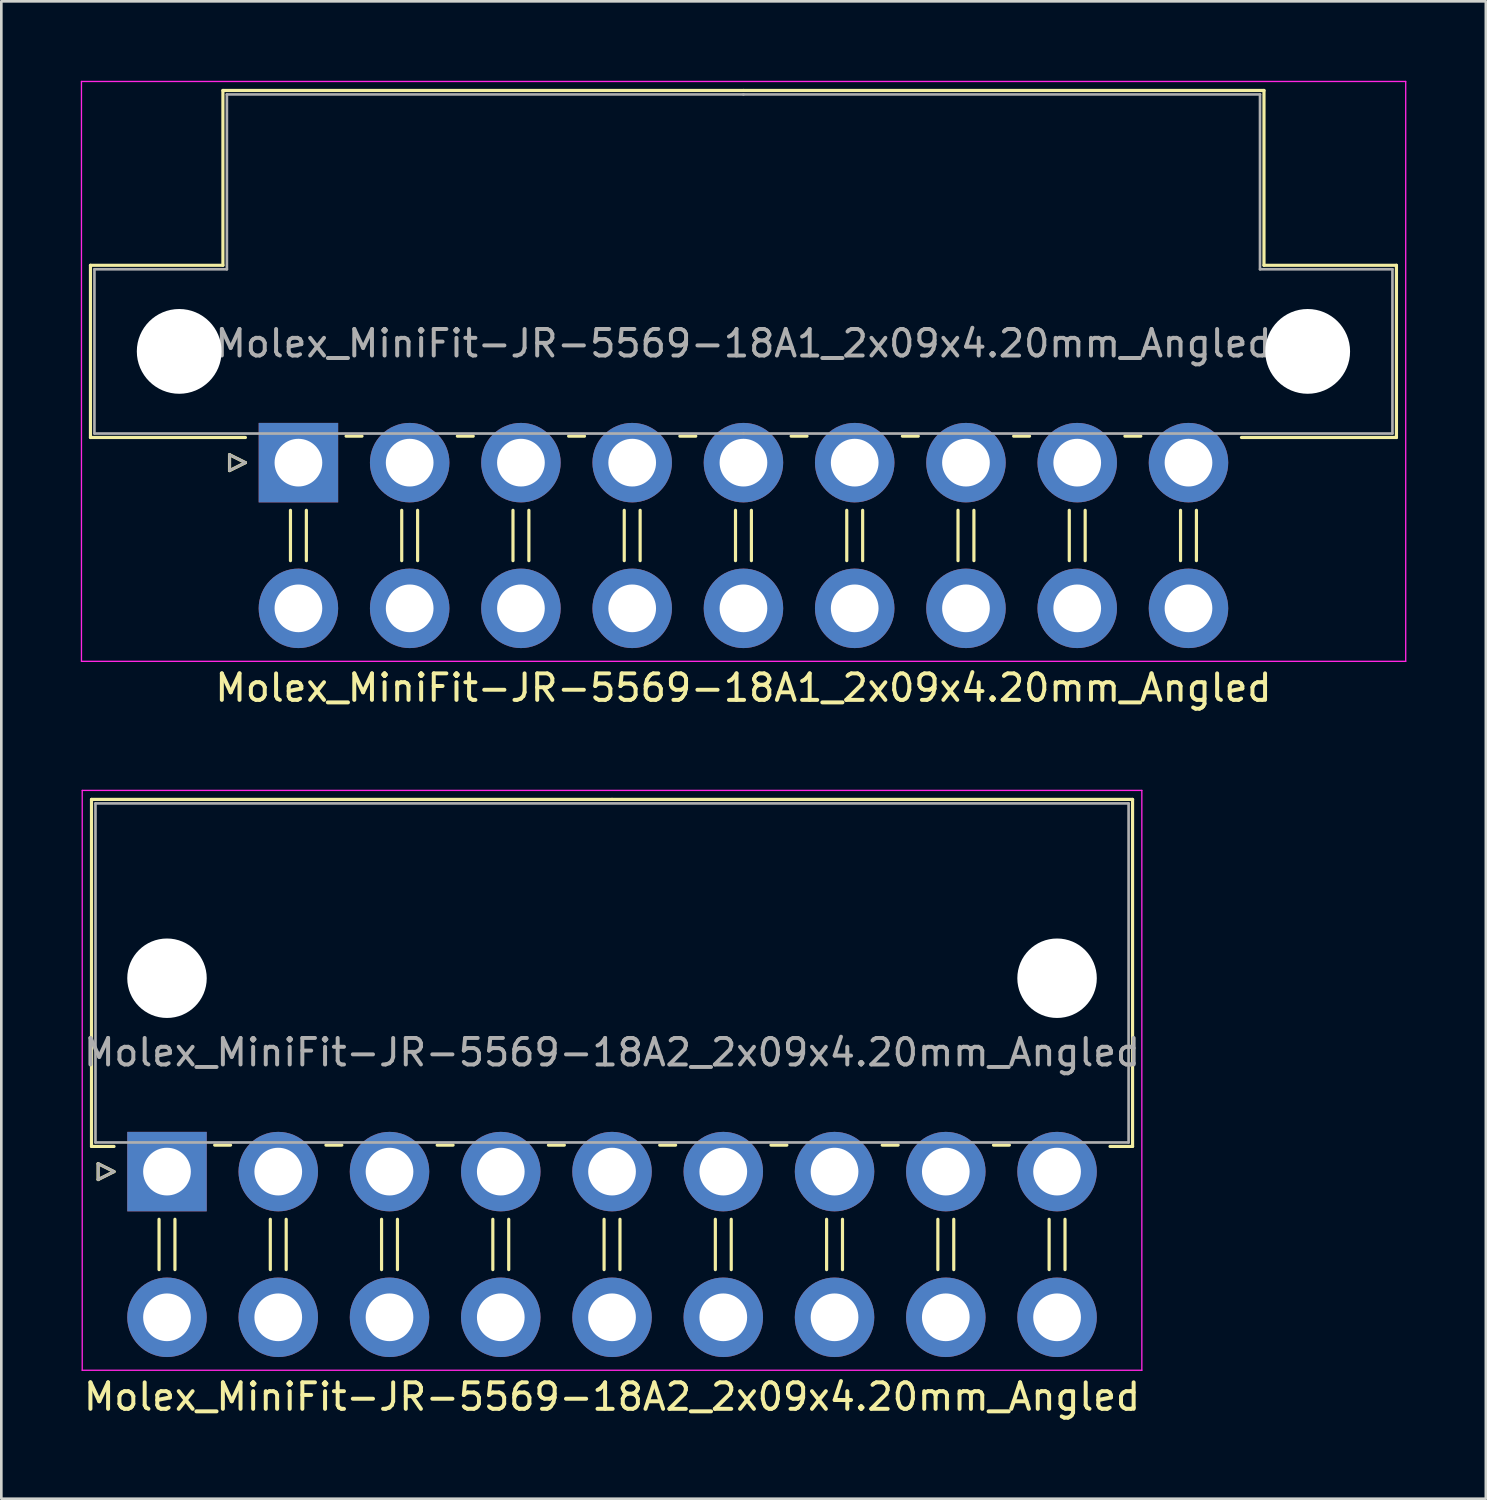
<source format=kicad_pcb>
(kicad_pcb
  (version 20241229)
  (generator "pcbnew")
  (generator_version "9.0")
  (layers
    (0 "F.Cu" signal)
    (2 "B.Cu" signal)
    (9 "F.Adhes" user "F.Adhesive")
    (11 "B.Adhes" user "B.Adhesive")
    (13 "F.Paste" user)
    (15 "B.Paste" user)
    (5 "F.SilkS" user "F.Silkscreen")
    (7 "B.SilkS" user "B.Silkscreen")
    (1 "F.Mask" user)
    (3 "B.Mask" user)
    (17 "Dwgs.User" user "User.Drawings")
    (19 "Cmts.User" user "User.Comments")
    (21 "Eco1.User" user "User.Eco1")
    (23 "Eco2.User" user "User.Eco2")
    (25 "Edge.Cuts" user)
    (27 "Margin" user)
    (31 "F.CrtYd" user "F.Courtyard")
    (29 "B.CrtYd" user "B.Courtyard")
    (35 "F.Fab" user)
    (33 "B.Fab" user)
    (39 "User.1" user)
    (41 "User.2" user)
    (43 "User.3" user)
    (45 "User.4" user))
  (footprint "Molex_MiniFit-JR-5569-18A2_2x09x4.20mm_Angled"
    (layer "F.Cu")
    (at 3.254 41.178)
    (property "Reference" "Molex_MiniFit-JR-5569-18A2_2x09x4.20mm_Angled" (at 16.8 8.5 0) (layer "F.SilkS") (effects (font (size 1 1) (thickness 0.15))))
    (attr through_hole)
    (fp_line (start -2.85 -14.05) (end 16.8 -14.05) (stroke (width 0.12) (type solid)) (layer "F.SilkS"))
    (fp_line (start -2.85 -0.95) (end -2.85 -14.05) (stroke (width 0.12) (type solid)) (layer "F.SilkS"))
    (fp_line (start -2.6 -0.3) (end -2 0) (stroke (width 0.12) (type solid)) (layer "F.SilkS"))
    (fp_line (start -2.6 0.3) (end -2.6 -0.3) (stroke (width 0.12) (type solid)) (layer "F.SilkS"))
    (fp_line (start -2 -0.95) (end -2.85 -0.95) (stroke (width 0.12) (type solid)) (layer "F.SilkS"))
    (fp_line (start -2 0) (end -2.6 0.3) (stroke (width 0.12) (type solid)) (layer "F.SilkS"))
    (fp_line (start -0.3 1.8) (end -0.3 3.7) (stroke (width 0.12) (type solid)) (layer "F.SilkS"))
    (fp_line (start 0.3 1.8) (end 0.3 3.7) (stroke (width 0.12) (type solid)) (layer "F.SilkS"))
    (fp_line (start 1.8 -1) (end 2.4 -1) (stroke (width 0.12) (type solid)) (layer "F.SilkS"))
    (fp_line (start 3.9 1.8) (end 3.9 3.7) (stroke (width 0.12) (type solid)) (layer "F.SilkS"))
    (fp_line (start 4.5 1.8) (end 4.5 3.7) (stroke (width 0.12) (type solid)) (layer "F.SilkS"))
    (fp_line (start 6 -1) (end 6.6 -1) (stroke (width 0.12) (type solid)) (layer "F.SilkS"))
    (fp_line (start 8.1 1.8) (end 8.1 3.7) (stroke (width 0.12) (type solid)) (layer "F.SilkS"))
    (fp_line (start 8.7 1.8) (end 8.7 3.7) (stroke (width 0.12) (type solid)) (layer "F.SilkS"))
    (fp_line (start 10.2 -1) (end 10.8 -1) (stroke (width 0.12) (type solid)) (layer "F.SilkS"))
    (fp_line (start 12.3 1.8) (end 12.3 3.7) (stroke (width 0.12) (type solid)) (layer "F.SilkS"))
    (fp_line (start 12.9 1.8) (end 12.9 3.7) (stroke (width 0.12) (type solid)) (layer "F.SilkS"))
    (fp_line (start 14.4 -1) (end 15 -1) (stroke (width 0.12) (type solid)) (layer "F.SilkS"))
    (fp_line (start 16.5 1.8) (end 16.5 3.7) (stroke (width 0.12) (type solid)) (layer "F.SilkS"))
    (fp_line (start 17.1 1.8) (end 17.1 3.7) (stroke (width 0.12) (type solid)) (layer "F.SilkS"))
    (fp_line (start 18.6 -1) (end 19.2 -1) (stroke (width 0.12) (type solid)) (layer "F.SilkS"))
    (fp_line (start 20.7 1.8) (end 20.7 3.7) (stroke (width 0.12) (type solid)) (layer "F.SilkS"))
    (fp_line (start 21.3 1.8) (end 21.3 3.7) (stroke (width 0.12) (type solid)) (layer "F.SilkS"))
    (fp_line (start 22.8 -1) (end 23.4 -1) (stroke (width 0.12) (type solid)) (layer "F.SilkS"))
    (fp_line (start 24.9 1.8) (end 24.9 3.7) (stroke (width 0.12) (type solid)) (layer "F.SilkS"))
    (fp_line (start 25.5 1.8) (end 25.5 3.7) (stroke (width 0.12) (type solid)) (layer "F.SilkS"))
    (fp_line (start 27 -1) (end 27.6 -1) (stroke (width 0.12) (type solid)) (layer "F.SilkS"))
    (fp_line (start 29.1 1.8) (end 29.1 3.7) (stroke (width 0.12) (type solid)) (layer "F.SilkS"))
    (fp_line (start 29.7 1.8) (end 29.7 3.7) (stroke (width 0.12) (type solid)) (layer "F.SilkS"))
    (fp_line (start 31.2 -1) (end 31.8 -1) (stroke (width 0.12) (type solid)) (layer "F.SilkS"))
    (fp_line (start 33.3 1.8) (end 33.3 3.7) (stroke (width 0.12) (type solid)) (layer "F.SilkS"))
    (fp_line (start 33.9 1.8) (end 33.9 3.7) (stroke (width 0.12) (type solid)) (layer "F.SilkS"))
    (fp_line (start 35.6 -0.95) (end 36.45 -0.95) (stroke (width 0.12) (type solid)) (layer "F.SilkS"))
    (fp_line (start 36.45 -14.05) (end 16.8 -14.05) (stroke (width 0.12) (type solid)) (layer "F.SilkS"))
    (fp_line (start 36.45 -0.95) (end 36.45 -14.05) (stroke (width 0.12) (type solid)) (layer "F.SilkS"))
    (fp_line (start -3.2 -14.39) (end -3.2 7.5) (stroke (width 0.05) (type solid)) (layer "F.CrtYd"))
    (fp_line (start -3.2 7.5) (end 36.8 7.5) (stroke (width 0.05) (type solid)) (layer "F.CrtYd"))
    (fp_line (start 36.8 -14.39) (end -3.2 -14.39) (stroke (width 0.05) (type solid)) (layer "F.CrtYd"))
    (fp_line (start 36.8 7.5) (end 36.8 -14.39) (stroke (width 0.05) (type solid)) (layer "F.CrtYd"))
    (fp_line (start -2.7 -13.9) (end -2.7 -1.1) (stroke (width 0.1) (type solid)) (layer "F.Fab"))
    (fp_line (start -2.7 -1.1) (end 36.3 -1.1) (stroke (width 0.1) (type solid)) (layer "F.Fab"))
    (fp_line (start -2.6 -0.3) (end -2 0) (stroke (width 0.1) (type solid)) (layer "F.Fab"))
    (fp_line (start -2.6 0.3) (end -2.6 -0.3) (stroke (width 0.1) (type solid)) (layer "F.Fab"))
    (fp_line (start -2 0) (end -2.6 0.3) (stroke (width 0.1) (type solid)) (layer "F.Fab"))
    (fp_line (start 36.3 -13.9) (end -2.7 -13.9) (stroke (width 0.1) (type solid)) (layer "F.Fab"))
    (fp_line (start 36.3 -1.1) (end 36.3 -13.9) (stroke (width 0.1) (type solid)) (layer "F.Fab"))
    (fp_text user "${REFERENCE}" (at 16.8 -4.5 0) (layer "F.Fab") (effects (font (size 1 1) (thickness 0.15))))
    (pad "" np_thru_hole circle (at 0 -7.3) (size 3 3) (drill 3) (layers "*.Cu" "*.Mask"))
    (pad "" np_thru_hole circle (at 33.6 -7.3) (size 3 3) (drill 3) (layers "*.Cu" "*.Mask"))
    (pad "1" thru_hole rect (at 0 0) (size 3 3) (drill 1.8) (layers "*.Cu" "*.Mask"))
    (pad "2" thru_hole circle (at 4.2 0) (size 3 3) (drill 1.8) (layers "*.Cu" "*.Mask"))
    (pad "3" thru_hole circle (at 8.4 0) (size 3 3) (drill 1.8) (layers "*.Cu" "*.Mask"))
    (pad "4" thru_hole circle (at 12.6 0) (size 3 3) (drill 1.8) (layers "*.Cu" "*.Mask"))
    (pad "5" thru_hole circle (at 16.8 0) (size 3 3) (drill 1.8) (layers "*.Cu" "*.Mask"))
    (pad "6" thru_hole circle (at 21 0) (size 3 3) (drill 1.8) (layers "*.Cu" "*.Mask"))
    (pad "7" thru_hole circle (at 25.2 0) (size 3 3) (drill 1.8) (layers "*.Cu" "*.Mask"))
    (pad "8" thru_hole circle (at 29.4 0) (size 3 3) (drill 1.8) (layers "*.Cu" "*.Mask"))
    (pad "9" thru_hole circle (at 33.6 0) (size 3 3) (drill 1.8) (layers "*.Cu" "*.Mask"))
    (pad "10" thru_hole circle (at 0 5.5) (size 3 3) (drill 1.8) (layers "*.Cu" "*.Mask"))
    (pad "11" thru_hole circle (at 4.2 5.5) (size 3 3) (drill 1.8) (layers "*.Cu" "*.Mask"))
    (pad "12" thru_hole circle (at 8.4 5.5) (size 3 3) (drill 1.8) (layers "*.Cu" "*.Mask"))
    (pad "13" thru_hole circle (at 12.6 5.5) (size 3 3) (drill 1.8) (layers "*.Cu" "*.Mask"))
    (pad "14" thru_hole circle (at 16.8 5.5) (size 3 3) (drill 1.8) (layers "*.Cu" "*.Mask"))
    (pad "15" thru_hole circle (at 21 5.5) (size 3 3) (drill 1.8) (layers "*.Cu" "*.Mask"))
    (pad "16" thru_hole circle (at 25.2 5.5) (size 3 3) (drill 1.8) (layers "*.Cu" "*.Mask"))
    (pad "17" thru_hole circle (at 29.4 5.5) (size 3 3) (drill 1.8) (layers "*.Cu" "*.Mask"))
    (pad "18" thru_hole circle (at 33.6 5.5) (size 3 3) (drill 1.8) (layers "*.Cu" "*.Mask")))
  (footprint "Molex_MiniFit-JR-5569-18A1_2x09x4.20mm_Angled"
    (layer "F.Cu")
    (at 8.215 14.415)
    (property "Reference" "Molex_MiniFit-JR-5569-18A1_2x09x4.20mm_Angled" (at 16.8 8.5 0) (layer "F.SilkS") (effects (font (size 1 1) (thickness 0.15))))
    (attr through_hole)
    (fp_line (start -7.85 -7.45) (end -7.85 -0.95) (stroke (width 0.12) (type solid)) (layer "F.SilkS"))
    (fp_line (start -7.85 -0.95) (end -2 -0.95) (stroke (width 0.12) (type solid)) (layer "F.SilkS"))
    (fp_line (start -2.85 -14.05) (end -2.85 -7.45) (stroke (width 0.12) (type solid)) (layer "F.SilkS"))
    (fp_line (start -2.85 -7.45) (end -7.85 -7.45) (stroke (width 0.12) (type solid)) (layer "F.SilkS"))
    (fp_line (start -2.6 -0.3) (end -2 0) (stroke (width 0.12) (type solid)) (layer "F.SilkS"))
    (fp_line (start -2.6 0.3) (end -2.6 -0.3) (stroke (width 0.12) (type solid)) (layer "F.SilkS"))
    (fp_line (start -2 0) (end -2.6 0.3) (stroke (width 0.12) (type solid)) (layer "F.SilkS"))
    (fp_line (start -0.3 1.8) (end -0.3 3.7) (stroke (width 0.12) (type solid)) (layer "F.SilkS"))
    (fp_line (start 0.3 1.8) (end 0.3 3.7) (stroke (width 0.12) (type solid)) (layer "F.SilkS"))
    (fp_line (start 1.8 -1) (end 2.4 -1) (stroke (width 0.12) (type solid)) (layer "F.SilkS"))
    (fp_line (start 3.9 1.8) (end 3.9 3.7) (stroke (width 0.12) (type solid)) (layer "F.SilkS"))
    (fp_line (start 4.5 1.8) (end 4.5 3.7) (stroke (width 0.12) (type solid)) (layer "F.SilkS"))
    (fp_line (start 6 -1) (end 6.6 -1) (stroke (width 0.12) (type solid)) (layer "F.SilkS"))
    (fp_line (start 8.1 1.8) (end 8.1 3.7) (stroke (width 0.12) (type solid)) (layer "F.SilkS"))
    (fp_line (start 8.7 1.8) (end 8.7 3.7) (stroke (width 0.12) (type solid)) (layer "F.SilkS"))
    (fp_line (start 10.2 -1) (end 10.8 -1) (stroke (width 0.12) (type solid)) (layer "F.SilkS"))
    (fp_line (start 12.3 1.8) (end 12.3 3.7) (stroke (width 0.12) (type solid)) (layer "F.SilkS"))
    (fp_line (start 12.9 1.8) (end 12.9 3.7) (stroke (width 0.12) (type solid)) (layer "F.SilkS"))
    (fp_line (start 14.4 -1) (end 15 -1) (stroke (width 0.12) (type solid)) (layer "F.SilkS"))
    (fp_line (start 16.5 1.8) (end 16.5 3.7) (stroke (width 0.12) (type solid)) (layer "F.SilkS"))
    (fp_line (start 16.8 -14.05) (end -2.85 -14.05) (stroke (width 0.12) (type solid)) (layer "F.SilkS"))
    (fp_line (start 16.8 -14.05) (end 36.45 -14.05) (stroke (width 0.12) (type solid)) (layer "F.SilkS"))
    (fp_line (start 17.1 1.8) (end 17.1 3.7) (stroke (width 0.12) (type solid)) (layer "F.SilkS"))
    (fp_line (start 18.6 -1) (end 19.2 -1) (stroke (width 0.12) (type solid)) (layer "F.SilkS"))
    (fp_line (start 20.7 1.8) (end 20.7 3.7) (stroke (width 0.12) (type solid)) (layer "F.SilkS"))
    (fp_line (start 21.3 1.8) (end 21.3 3.7) (stroke (width 0.12) (type solid)) (layer "F.SilkS"))
    (fp_line (start 22.8 -1) (end 23.4 -1) (stroke (width 0.12) (type solid)) (layer "F.SilkS"))
    (fp_line (start 24.9 1.8) (end 24.9 3.7) (stroke (width 0.12) (type solid)) (layer "F.SilkS"))
    (fp_line (start 25.5 1.8) (end 25.5 3.7) (stroke (width 0.12) (type solid)) (layer "F.SilkS"))
    (fp_line (start 27 -1) (end 27.6 -1) (stroke (width 0.12) (type solid)) (layer "F.SilkS"))
    (fp_line (start 29.1 1.8) (end 29.1 3.7) (stroke (width 0.12) (type solid)) (layer "F.SilkS"))
    (fp_line (start 29.7 1.8) (end 29.7 3.7) (stroke (width 0.12) (type solid)) (layer "F.SilkS"))
    (fp_line (start 31.2 -1) (end 31.8 -1) (stroke (width 0.12) (type solid)) (layer "F.SilkS"))
    (fp_line (start 33.3 1.8) (end 33.3 3.7) (stroke (width 0.12) (type solid)) (layer "F.SilkS"))
    (fp_line (start 33.9 1.8) (end 33.9 3.7) (stroke (width 0.12) (type solid)) (layer "F.SilkS"))
    (fp_line (start 36.45 -14.05) (end 36.45 -7.45) (stroke (width 0.12) (type solid)) (layer "F.SilkS"))
    (fp_line (start 36.45 -7.45) (end 41.45 -7.45) (stroke (width 0.12) (type solid)) (layer "F.SilkS"))
    (fp_line (start 41.45 -7.45) (end 41.45 -0.95) (stroke (width 0.12) (type solid)) (layer "F.SilkS"))
    (fp_line (start 41.45 -0.95) (end 35.6 -0.95) (stroke (width 0.12) (type solid)) (layer "F.SilkS"))
    (fp_line (start -8.19 -14.39) (end -8.19 7.5) (stroke (width 0.05) (type solid)) (layer "F.CrtYd"))
    (fp_line (start -8.19 7.5) (end 41.8 7.5) (stroke (width 0.05) (type solid)) (layer "F.CrtYd"))
    (fp_line (start 41.8 -14.39) (end -8.19 -14.39) (stroke (width 0.05) (type solid)) (layer "F.CrtYd"))
    (fp_line (start 41.8 7.5) (end 41.8 -14.39) (stroke (width 0.05) (type solid)) (layer "F.CrtYd"))
    (fp_line (start -7.7 -7.3) (end -7.7 -1.1) (stroke (width 0.1) (type solid)) (layer "F.Fab"))
    (fp_line (start -7.7 -1.1) (end 16.8 -1.1) (stroke (width 0.1) (type solid)) (layer "F.Fab"))
    (fp_line (start -2.7 -13.9) (end -2.7 -7.3) (stroke (width 0.1) (type solid)) (layer "F.Fab"))
    (fp_line (start -2.7 -7.3) (end -7.7 -7.3) (stroke (width 0.1) (type solid)) (layer "F.Fab"))
    (fp_line (start -2.6 -0.3) (end -2 0) (stroke (width 0.1) (type solid)) (layer "F.Fab"))
    (fp_line (start -2.6 0.3) (end -2.6 -0.3) (stroke (width 0.1) (type solid)) (layer "F.Fab"))
    (fp_line (start -2 0) (end -2.6 0.3) (stroke (width 0.1) (type solid)) (layer "F.Fab"))
    (fp_line (start 16.8 -13.9) (end -2.7 -13.9) (stroke (width 0.1) (type solid)) (layer "F.Fab"))
    (fp_line (start 16.8 -13.9) (end 36.3 -13.9) (stroke (width 0.1) (type solid)) (layer "F.Fab"))
    (fp_line (start 36.3 -13.9) (end 36.3 -7.3) (stroke (width 0.1) (type solid)) (layer "F.Fab"))
    (fp_line (start 36.3 -7.3) (end 41.3 -7.3) (stroke (width 0.1) (type solid)) (layer "F.Fab"))
    (fp_line (start 41.3 -7.3) (end 41.3 -1.1) (stroke (width 0.1) (type solid)) (layer "F.Fab"))
    (fp_line (start 41.3 -1.1) (end 16.8 -1.1) (stroke (width 0.1) (type solid)) (layer "F.Fab"))
    (fp_text user "${REFERENCE}" (at 16.8 -4.5 0) (layer "F.Fab") (effects (font (size 1 1) (thickness 0.15))))
    (pad "" np_thru_hole circle (at -4.5 -4.2) (size 3.2 3.2) (drill 3.2) (layers "*.Cu" "*.Mask"))
    (pad "" np_thru_hole circle (at 38.1 -4.2) (size 3.2 3.2) (drill 3.2) (layers "*.Cu" "*.Mask"))
    (pad "1" thru_hole rect (at 0 0) (size 3 3) (drill 1.8) (layers "*.Cu" "*.Mask"))
    (pad "2" thru_hole circle (at 4.2 0) (size 3 3) (drill 1.8) (layers "*.Cu" "*.Mask"))
    (pad "3" thru_hole circle (at 8.4 0) (size 3 3) (drill 1.8) (layers "*.Cu" "*.Mask"))
    (pad "4" thru_hole circle (at 12.6 0) (size 3 3) (drill 1.8) (layers "*.Cu" "*.Mask"))
    (pad "5" thru_hole circle (at 16.8 0) (size 3 3) (drill 1.8) (layers "*.Cu" "*.Mask"))
    (pad "6" thru_hole circle (at 21 0) (size 3 3) (drill 1.8) (layers "*.Cu" "*.Mask"))
    (pad "7" thru_hole circle (at 25.2 0) (size 3 3) (drill 1.8) (layers "*.Cu" "*.Mask"))
    (pad "8" thru_hole circle (at 29.4 0) (size 3 3) (drill 1.8) (layers "*.Cu" "*.Mask"))
    (pad "9" thru_hole circle (at 33.6 0) (size 3 3) (drill 1.8) (layers "*.Cu" "*.Mask"))
    (pad "10" thru_hole circle (at 0 5.5) (size 3 3) (drill 1.8) (layers "*.Cu" "*.Mask"))
    (pad "11" thru_hole circle (at 4.2 5.5) (size 3 3) (drill 1.8) (layers "*.Cu" "*.Mask"))
    (pad "12" thru_hole circle (at 8.4 5.5) (size 3 3) (drill 1.8) (layers "*.Cu" "*.Mask"))
    (pad "13" thru_hole circle (at 12.6 5.5) (size 3 3) (drill 1.8) (layers "*.Cu" "*.Mask"))
    (pad "14" thru_hole circle (at 16.8 5.5) (size 3 3) (drill 1.8) (layers "*.Cu" "*.Mask"))
    (pad "15" thru_hole circle (at 21 5.5) (size 3 3) (drill 1.8) (layers "*.Cu" "*.Mask"))
    (pad "16" thru_hole circle (at 25.2 5.5) (size 3 3) (drill 1.8) (layers "*.Cu" "*.Mask"))
    (pad "17" thru_hole circle (at 29.4 5.5) (size 3 3) (drill 1.8) (layers "*.Cu" "*.Mask"))
    (pad "18" thru_hole circle (at 33.6 5.5) (size 3 3) (drill 1.8) (layers "*.Cu" "*.Mask")))
  (gr_rect
    (start -3 -3)
    (end 53.04 53.526)
    (stroke (width 0.1) (type default))
    (fill no)
    (layer "Edge.Cuts")))
</source>
